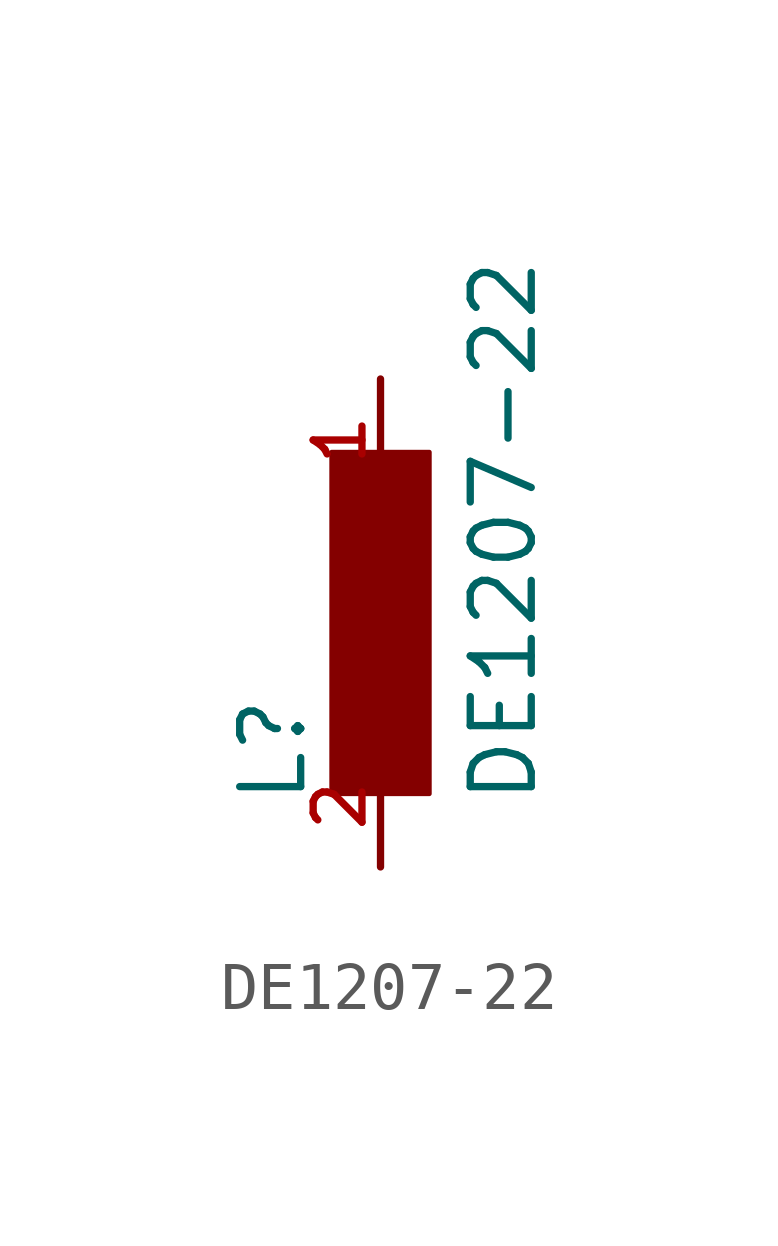
<source format=kicad_sym>
(kicad_symbol_lib
  (version 20211014)
  (generator kicad_symbol_editor)
  (symbol "DE1207-22"
    (pin_names
      (offset 1.016))
    (property "Reference" "L"
      (at -1.499 -3.81 90.0)
      (effects (font (size 1.27 1.27)) (justify bottom left)))
    (property "Value" "DE1207-22"
      (at 3.302 -3.81 90.0)
      (effects (font (size 1.27 1.27)) (justify bottom left)))
    (symbol "DE1207-22_0_0"
      (rectangle (start -1.016 -3.556) (end 1.016 3.556) (stroke (width 0.1)) (fill (type outline)))
      (pin passive line (at 0.0 -5.08 90.0) (length 2.54) (name "~" (effects (font (size 1.016 1.016)))) (number "2" (effects (font (size 1.016 1.016)))))
      (pin passive line (at 0.0 5.08 270.0) (length 2.54) (name "~" (effects (font (size 1.016 1.016)))) (number "1" (effects (font (size 1.016 1.016))))))))
</source>
